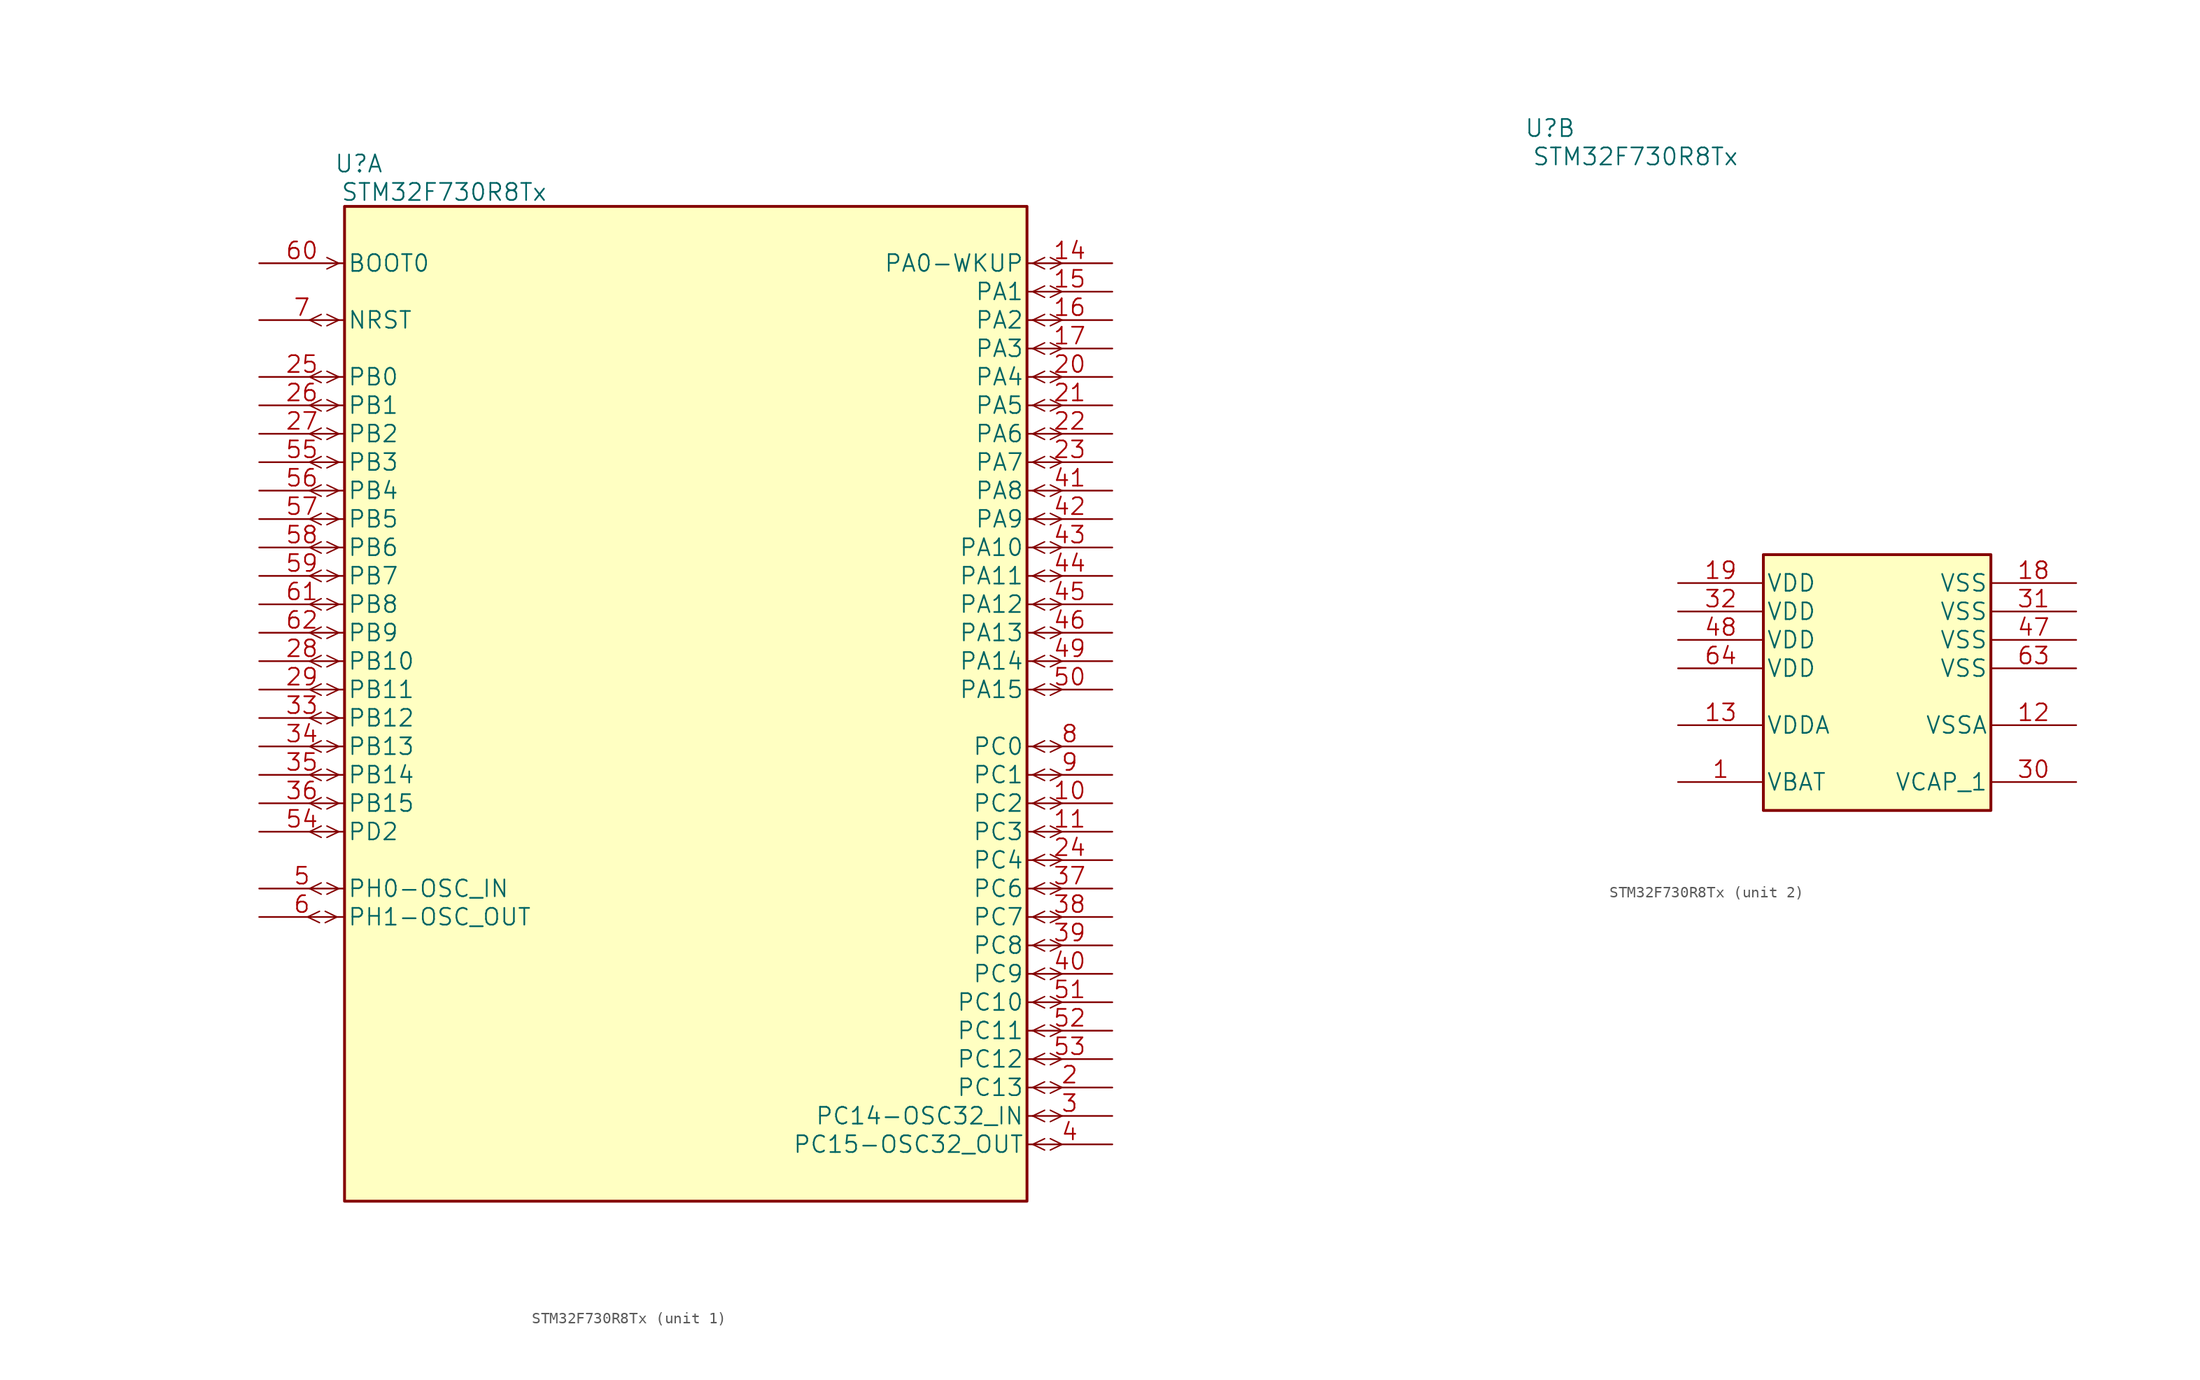
<source format=kicad_sym>
(kicad_symbol_lib
  (version 20211014)
  (generator kicad_symbol_editor)
  (symbol "STM32F730R8Tx"
    (pin_names
      (offset 0.254))
    (property "Reference" "U"
      (at -29.21 48.26 0)
      (effects (font (size 1.524 1.524))))
    (property "Value" "STM32F730R8Tx"
      (at -21.59 45.72 0)
      (effects (font (size 1.524 1.524))))
    (property "Datasheet" ""
      (at -48.26 12.7 0)
      (effects (font (size 1.524 1.524))))
    (property "ki_locked" ""
      (at 0 0 0)
      (effects (font (size 1.27 1.27))))
    (symbol "STM32F730R8Tx_1_1"
      (rectangle (start -30.48 44.45) (end 30.48 -44.45) (stroke (width 0.254) (type default) (color 0 0 0 0)) (fill (type background)))
      (polyline (pts (xy -33.782 -19.05) (xy -32.715 -19.558)) (stroke (width 0.127) (type default) (color 0 0 0 0)) (fill (type none)))
      (polyline (pts (xy -33.782 -19.05) (xy -32.715 -18.542)) (stroke (width 0.127) (type default) (color 0 0 0 0)) (fill (type none)))
      (polyline (pts (xy -32.563 -17.018) (xy -33.604 -16.51)) (stroke (width 0.127) (type default) (color 0 0 0 0)) (fill (type none)))
      (polyline (pts (xy -32.563 -16.002) (xy -33.604 -16.51)) (stroke (width 0.127) (type default) (color 0 0 0 0)) (fill (type none)))
      (polyline (pts (xy -32.563 -11.938) (xy -33.604 -11.43)) (stroke (width 0.127) (type default) (color 0 0 0 0)) (fill (type none)))
      (polyline (pts (xy -32.563 -10.922) (xy -33.604 -11.43)) (stroke (width 0.127) (type default) (color 0 0 0 0)) (fill (type none)))
      (polyline (pts (xy -32.563 -9.398) (xy -33.604 -8.89)) (stroke (width 0.127) (type default) (color 0 0 0 0)) (fill (type none)))
      (polyline (pts (xy -32.563 -8.382) (xy -33.604 -8.89)) (stroke (width 0.127) (type default) (color 0 0 0 0)) (fill (type none)))
      (polyline (pts (xy -32.563 -6.858) (xy -33.604 -6.35)) (stroke (width 0.127) (type default) (color 0 0 0 0)) (fill (type none)))
      (polyline (pts (xy -32.563 -5.842) (xy -33.604 -6.35)) (stroke (width 0.127) (type default) (color 0 0 0 0)) (fill (type none)))
      (polyline (pts (xy -32.563 -4.318) (xy -33.604 -3.81)) (stroke (width 0.127) (type default) (color 0 0 0 0)) (fill (type none)))
      (polyline (pts (xy -32.563 -3.302) (xy -33.604 -3.81)) (stroke (width 0.127) (type default) (color 0 0 0 0)) (fill (type none)))
      (polyline (pts (xy -32.563 -1.778) (xy -33.604 -1.27)) (stroke (width 0.127) (type default) (color 0 0 0 0)) (fill (type none)))
      (polyline (pts (xy -32.563 -0.762) (xy -33.604 -1.27)) (stroke (width 0.127) (type default) (color 0 0 0 0)) (fill (type none)))
      (polyline (pts (xy -32.563 0.762) (xy -33.604 1.27)) (stroke (width 0.127) (type default) (color 0 0 0 0)) (fill (type none)))
      (polyline (pts (xy -32.563 1.778) (xy -33.604 1.27)) (stroke (width 0.127) (type default) (color 0 0 0 0)) (fill (type none)))
      (polyline (pts (xy -32.563 3.302) (xy -33.604 3.81)) (stroke (width 0.127) (type default) (color 0 0 0 0)) (fill (type none)))
      (polyline (pts (xy -32.563 4.318) (xy -33.604 3.81)) (stroke (width 0.127) (type default) (color 0 0 0 0)) (fill (type none)))
      (polyline (pts (xy -32.563 5.842) (xy -33.604 6.35)) (stroke (width 0.127) (type default) (color 0 0 0 0)) (fill (type none)))
      (polyline (pts (xy -32.563 6.858) (xy -33.604 6.35)) (stroke (width 0.127) (type default) (color 0 0 0 0)) (fill (type none)))
      (polyline (pts (xy -32.563 8.382) (xy -33.604 8.89)) (stroke (width 0.127) (type default) (color 0 0 0 0)) (fill (type none)))
      (polyline (pts (xy -32.563 9.398) (xy -33.604 8.89)) (stroke (width 0.127) (type default) (color 0 0 0 0)) (fill (type none)))
      (polyline (pts (xy -32.563 10.922) (xy -33.604 11.43)) (stroke (width 0.127) (type default) (color 0 0 0 0)) (fill (type none)))
      (polyline (pts (xy -32.563 11.938) (xy -33.604 11.43)) (stroke (width 0.127) (type default) (color 0 0 0 0)) (fill (type none)))
      (polyline (pts (xy -32.563 13.462) (xy -33.604 13.97)) (stroke (width 0.127) (type default) (color 0 0 0 0)) (fill (type none)))
      (polyline (pts (xy -32.563 14.478) (xy -33.604 13.97)) (stroke (width 0.127) (type default) (color 0 0 0 0)) (fill (type none)))
      (polyline (pts (xy -32.563 16.002) (xy -33.604 16.51)) (stroke (width 0.127) (type default) (color 0 0 0 0)) (fill (type none)))
      (polyline (pts (xy -32.563 17.018) (xy -33.604 16.51)) (stroke (width 0.127) (type default) (color 0 0 0 0)) (fill (type none)))
      (polyline (pts (xy -32.563 18.542) (xy -33.604 19.05)) (stroke (width 0.127) (type default) (color 0 0 0 0)) (fill (type none)))
      (polyline (pts (xy -32.563 19.558) (xy -33.604 19.05)) (stroke (width 0.127) (type default) (color 0 0 0 0)) (fill (type none)))
      (polyline (pts (xy -32.563 21.082) (xy -33.604 21.59)) (stroke (width 0.127) (type default) (color 0 0 0 0)) (fill (type none)))
      (polyline (pts (xy -32.563 22.098) (xy -33.604 21.59)) (stroke (width 0.127) (type default) (color 0 0 0 0)) (fill (type none)))
      (polyline (pts (xy -32.563 23.622) (xy -33.604 24.13)) (stroke (width 0.127) (type default) (color 0 0 0 0)) (fill (type none)))
      (polyline (pts (xy -32.563 24.638) (xy -33.604 24.13)) (stroke (width 0.127) (type default) (color 0 0 0 0)) (fill (type none)))
      (polyline (pts (xy -32.563 26.162) (xy -33.604 26.67)) (stroke (width 0.127) (type default) (color 0 0 0 0)) (fill (type none)))
      (polyline (pts (xy -32.563 27.178) (xy -33.604 26.67)) (stroke (width 0.127) (type default) (color 0 0 0 0)) (fill (type none)))
      (polyline (pts (xy -32.563 28.702) (xy -33.604 29.21)) (stroke (width 0.127) (type default) (color 0 0 0 0)) (fill (type none)))
      (polyline (pts (xy -32.563 29.718) (xy -33.604 29.21)) (stroke (width 0.127) (type default) (color 0 0 0 0)) (fill (type none)))
      (polyline (pts (xy -32.563 33.782) (xy -33.604 34.29)) (stroke (width 0.127) (type default) (color 0 0 0 0)) (fill (type none)))
      (polyline (pts (xy -32.563 34.798) (xy -33.604 34.29)) (stroke (width 0.127) (type default) (color 0 0 0 0)) (fill (type none)))
      (polyline (pts (xy -32.207 -19.558) (xy -31.166 -19.05)) (stroke (width 0.127) (type default) (color 0 0 0 0)) (fill (type none)))
      (polyline (pts (xy -32.207 -18.542) (xy -31.166 -19.05)) (stroke (width 0.127) (type default) (color 0 0 0 0)) (fill (type none)))
      (polyline (pts (xy -30.988 -16.51) (xy -32.055 -17.018)) (stroke (width 0.127) (type default) (color 0 0 0 0)) (fill (type none)))
      (polyline (pts (xy -30.988 -16.51) (xy -32.055 -16.002)) (stroke (width 0.127) (type default) (color 0 0 0 0)) (fill (type none)))
      (polyline (pts (xy -30.988 -11.43) (xy -32.055 -11.938)) (stroke (width 0.127) (type default) (color 0 0 0 0)) (fill (type none)))
      (polyline (pts (xy -30.988 -11.43) (xy -32.055 -10.922)) (stroke (width 0.127) (type default) (color 0 0 0 0)) (fill (type none)))
      (polyline (pts (xy -30.988 -8.89) (xy -32.055 -9.398)) (stroke (width 0.127) (type default) (color 0 0 0 0)) (fill (type none)))
      (polyline (pts (xy -30.988 -8.89) (xy -32.055 -8.382)) (stroke (width 0.127) (type default) (color 0 0 0 0)) (fill (type none)))
      (polyline (pts (xy -30.988 -6.35) (xy -32.055 -6.858)) (stroke (width 0.127) (type default) (color 0 0 0 0)) (fill (type none)))
      (polyline (pts (xy -30.988 -6.35) (xy -32.055 -5.842)) (stroke (width 0.127) (type default) (color 0 0 0 0)) (fill (type none)))
      (polyline (pts (xy -30.988 -3.81) (xy -32.055 -4.318)) (stroke (width 0.127) (type default) (color 0 0 0 0)) (fill (type none)))
      (polyline (pts (xy -30.988 -3.81) (xy -32.055 -3.302)) (stroke (width 0.127) (type default) (color 0 0 0 0)) (fill (type none)))
      (polyline (pts (xy -30.988 -1.27) (xy -32.055 -1.778)) (stroke (width 0.127) (type default) (color 0 0 0 0)) (fill (type none)))
      (polyline (pts (xy -30.988 -1.27) (xy -32.055 -0.762)) (stroke (width 0.127) (type default) (color 0 0 0 0)) (fill (type none)))
      (polyline (pts (xy -30.988 1.27) (xy -32.055 0.762)) (stroke (width 0.127) (type default) (color 0 0 0 0)) (fill (type none)))
      (polyline (pts (xy -30.988 1.27) (xy -32.055 1.778)) (stroke (width 0.127) (type default) (color 0 0 0 0)) (fill (type none)))
      (polyline (pts (xy -30.988 3.81) (xy -32.055 3.302)) (stroke (width 0.127) (type default) (color 0 0 0 0)) (fill (type none)))
      (polyline (pts (xy -30.988 3.81) (xy -32.055 4.318)) (stroke (width 0.127) (type default) (color 0 0 0 0)) (fill (type none)))
      (polyline (pts (xy -30.988 6.35) (xy -32.055 5.842)) (stroke (width 0.127) (type default) (color 0 0 0 0)) (fill (type none)))
      (polyline (pts (xy -30.988 6.35) (xy -32.055 6.858)) (stroke (width 0.127) (type default) (color 0 0 0 0)) (fill (type none)))
      (polyline (pts (xy -30.988 8.89) (xy -32.055 8.382)) (stroke (width 0.127) (type default) (color 0 0 0 0)) (fill (type none)))
      (polyline (pts (xy -30.988 8.89) (xy -32.055 9.398)) (stroke (width 0.127) (type default) (color 0 0 0 0)) (fill (type none)))
      (polyline (pts (xy -30.988 11.43) (xy -32.055 10.922)) (stroke (width 0.127) (type default) (color 0 0 0 0)) (fill (type none)))
      (polyline (pts (xy -30.988 11.43) (xy -32.055 11.938)) (stroke (width 0.127) (type default) (color 0 0 0 0)) (fill (type none)))
      (polyline (pts (xy -30.988 13.97) (xy -32.055 13.462)) (stroke (width 0.127) (type default) (color 0 0 0 0)) (fill (type none)))
      (polyline (pts (xy -30.988 13.97) (xy -32.055 14.478)) (stroke (width 0.127) (type default) (color 0 0 0 0)) (fill (type none)))
      (polyline (pts (xy -30.988 16.51) (xy -32.055 16.002)) (stroke (width 0.127) (type default) (color 0 0 0 0)) (fill (type none)))
      (polyline (pts (xy -30.988 16.51) (xy -32.055 17.018)) (stroke (width 0.127) (type default) (color 0 0 0 0)) (fill (type none)))
      (polyline (pts (xy -30.988 19.05) (xy -32.055 18.542)) (stroke (width 0.127) (type default) (color 0 0 0 0)) (fill (type none)))
      (polyline (pts (xy -30.988 19.05) (xy -32.055 19.558)) (stroke (width 0.127) (type default) (color 0 0 0 0)) (fill (type none)))
      (polyline (pts (xy -30.988 21.59) (xy -32.055 21.082)) (stroke (width 0.127) (type default) (color 0 0 0 0)) (fill (type none)))
      (polyline (pts (xy -30.988 21.59) (xy -32.055 22.098)) (stroke (width 0.127) (type default) (color 0 0 0 0)) (fill (type none)))
      (polyline (pts (xy -30.988 24.13) (xy -32.055 23.622)) (stroke (width 0.127) (type default) (color 0 0 0 0)) (fill (type none)))
      (polyline (pts (xy -30.988 24.13) (xy -32.055 24.638)) (stroke (width 0.127) (type default) (color 0 0 0 0)) (fill (type none)))
      (polyline (pts (xy -30.988 26.67) (xy -32.055 26.162)) (stroke (width 0.127) (type default) (color 0 0 0 0)) (fill (type none)))
      (polyline (pts (xy -30.988 26.67) (xy -32.055 27.178)) (stroke (width 0.127) (type default) (color 0 0 0 0)) (fill (type none)))
      (polyline (pts (xy -30.988 29.21) (xy -32.055 28.702)) (stroke (width 0.127) (type default) (color 0 0 0 0)) (fill (type none)))
      (polyline (pts (xy -30.988 29.21) (xy -32.055 29.718)) (stroke (width 0.127) (type default) (color 0 0 0 0)) (fill (type none)))
      (polyline (pts (xy -30.988 34.29) (xy -32.055 33.782)) (stroke (width 0.127) (type default) (color 0 0 0 0)) (fill (type none)))
      (polyline (pts (xy -30.988 34.29) (xy -32.055 34.798)) (stroke (width 0.127) (type default) (color 0 0 0 0)) (fill (type none)))
      (polyline (pts (xy -30.988 39.37) (xy -32.055 38.862)) (stroke (width 0.127) (type default) (color 0 0 0 0)) (fill (type none)))
      (polyline (pts (xy -30.988 39.37) (xy -32.055 39.878)) (stroke (width 0.127) (type default) (color 0 0 0 0)) (fill (type none)))
      (polyline (pts (xy 30.988 -39.37) (xy 32.055 -39.878)) (stroke (width 0.127) (type default) (color 0 0 0 0)) (fill (type none)))
      (polyline (pts (xy 30.988 -39.37) (xy 32.055 -38.862)) (stroke (width 0.127) (type default) (color 0 0 0 0)) (fill (type none)))
      (polyline (pts (xy 30.988 -36.83) (xy 32.055 -37.338)) (stroke (width 0.127) (type default) (color 0 0 0 0)) (fill (type none)))
      (polyline (pts (xy 30.988 -36.83) (xy 32.055 -36.322)) (stroke (width 0.127) (type default) (color 0 0 0 0)) (fill (type none)))
      (polyline (pts (xy 30.988 -34.29) (xy 32.055 -34.798)) (stroke (width 0.127) (type default) (color 0 0 0 0)) (fill (type none)))
      (polyline (pts (xy 30.988 -34.29) (xy 32.055 -33.782)) (stroke (width 0.127) (type default) (color 0 0 0 0)) (fill (type none)))
      (polyline (pts (xy 30.988 -31.75) (xy 32.055 -32.258)) (stroke (width 0.127) (type default) (color 0 0 0 0)) (fill (type none)))
      (polyline (pts (xy 30.988 -31.75) (xy 32.055 -31.242)) (stroke (width 0.127) (type default) (color 0 0 0 0)) (fill (type none)))
      (polyline (pts (xy 30.988 -29.21) (xy 32.055 -29.718)) (stroke (width 0.127) (type default) (color 0 0 0 0)) (fill (type none)))
      (polyline (pts (xy 30.988 -29.21) (xy 32.055 -28.702)) (stroke (width 0.127) (type default) (color 0 0 0 0)) (fill (type none)))
      (polyline (pts (xy 30.988 -26.67) (xy 32.055 -27.178)) (stroke (width 0.127) (type default) (color 0 0 0 0)) (fill (type none)))
      (polyline (pts (xy 30.988 -26.67) (xy 32.055 -26.162)) (stroke (width 0.127) (type default) (color 0 0 0 0)) (fill (type none)))
      (polyline (pts (xy 30.988 -24.13) (xy 32.055 -24.638)) (stroke (width 0.127) (type default) (color 0 0 0 0)) (fill (type none)))
      (polyline (pts (xy 30.988 -24.13) (xy 32.055 -23.622)) (stroke (width 0.127) (type default) (color 0 0 0 0)) (fill (type none)))
      (polyline (pts (xy 30.988 -21.59) (xy 32.055 -22.098)) (stroke (width 0.127) (type default) (color 0 0 0 0)) (fill (type none)))
      (polyline (pts (xy 30.988 -21.59) (xy 32.055 -21.082)) (stroke (width 0.127) (type default) (color 0 0 0 0)) (fill (type none)))
      (polyline (pts (xy 30.988 -19.05) (xy 32.055 -19.558)) (stroke (width 0.127) (type default) (color 0 0 0 0)) (fill (type none)))
      (polyline (pts (xy 30.988 -19.05) (xy 32.055 -18.542)) (stroke (width 0.127) (type default) (color 0 0 0 0)) (fill (type none)))
      (polyline (pts (xy 30.988 -16.51) (xy 32.055 -17.018)) (stroke (width 0.127) (type default) (color 0 0 0 0)) (fill (type none)))
      (polyline (pts (xy 30.988 -16.51) (xy 32.055 -16.002)) (stroke (width 0.127) (type default) (color 0 0 0 0)) (fill (type none)))
      (polyline (pts (xy 30.988 -13.97) (xy 32.055 -14.478)) (stroke (width 0.127) (type default) (color 0 0 0 0)) (fill (type none)))
      (polyline (pts (xy 30.988 -13.97) (xy 32.055 -13.462)) (stroke (width 0.127) (type default) (color 0 0 0 0)) (fill (type none)))
      (polyline (pts (xy 30.988 -11.43) (xy 32.055 -11.938)) (stroke (width 0.127) (type default) (color 0 0 0 0)) (fill (type none)))
      (polyline (pts (xy 30.988 -11.43) (xy 32.055 -10.922)) (stroke (width 0.127) (type default) (color 0 0 0 0)) (fill (type none)))
      (polyline (pts (xy 30.988 -8.89) (xy 32.055 -9.398)) (stroke (width 0.127) (type default) (color 0 0 0 0)) (fill (type none)))
      (polyline (pts (xy 30.988 -8.89) (xy 32.055 -8.382)) (stroke (width 0.127) (type default) (color 0 0 0 0)) (fill (type none)))
      (polyline (pts (xy 30.988 -6.35) (xy 32.055 -6.858)) (stroke (width 0.127) (type default) (color 0 0 0 0)) (fill (type none)))
      (polyline (pts (xy 30.988 -6.35) (xy 32.055 -5.842)) (stroke (width 0.127) (type default) (color 0 0 0 0)) (fill (type none)))
      (polyline (pts (xy 30.988 -3.81) (xy 32.055 -4.318)) (stroke (width 0.127) (type default) (color 0 0 0 0)) (fill (type none)))
      (polyline (pts (xy 30.988 -3.81) (xy 32.055 -3.302)) (stroke (width 0.127) (type default) (color 0 0 0 0)) (fill (type none)))
      (polyline (pts (xy 30.988 1.27) (xy 32.055 0.762)) (stroke (width 0.127) (type default) (color 0 0 0 0)) (fill (type none)))
      (polyline (pts (xy 30.988 1.27) (xy 32.055 1.778)) (stroke (width 0.127) (type default) (color 0 0 0 0)) (fill (type none)))
      (polyline (pts (xy 30.988 3.81) (xy 32.055 3.302)) (stroke (width 0.127) (type default) (color 0 0 0 0)) (fill (type none)))
      (polyline (pts (xy 30.988 3.81) (xy 32.055 4.318)) (stroke (width 0.127) (type default) (color 0 0 0 0)) (fill (type none)))
      (polyline (pts (xy 30.988 6.35) (xy 32.055 5.842)) (stroke (width 0.127) (type default) (color 0 0 0 0)) (fill (type none)))
      (polyline (pts (xy 30.988 6.35) (xy 32.055 6.858)) (stroke (width 0.127) (type default) (color 0 0 0 0)) (fill (type none)))
      (polyline (pts (xy 30.988 8.89) (xy 32.055 8.382)) (stroke (width 0.127) (type default) (color 0 0 0 0)) (fill (type none)))
      (polyline (pts (xy 30.988 8.89) (xy 32.055 9.398)) (stroke (width 0.127) (type default) (color 0 0 0 0)) (fill (type none)))
      (polyline (pts (xy 30.988 11.43) (xy 32.055 10.922)) (stroke (width 0.127) (type default) (color 0 0 0 0)) (fill (type none)))
      (polyline (pts (xy 30.988 11.43) (xy 32.055 11.938)) (stroke (width 0.127) (type default) (color 0 0 0 0)) (fill (type none)))
      (polyline (pts (xy 30.988 13.97) (xy 32.055 13.462)) (stroke (width 0.127) (type default) (color 0 0 0 0)) (fill (type none)))
      (polyline (pts (xy 30.988 13.97) (xy 32.055 14.478)) (stroke (width 0.127) (type default) (color 0 0 0 0)) (fill (type none)))
      (polyline (pts (xy 30.988 16.51) (xy 32.055 16.002)) (stroke (width 0.127) (type default) (color 0 0 0 0)) (fill (type none)))
      (polyline (pts (xy 30.988 16.51) (xy 32.055 17.018)) (stroke (width 0.127) (type default) (color 0 0 0 0)) (fill (type none)))
      (polyline (pts (xy 30.988 19.05) (xy 32.055 18.542)) (stroke (width 0.127) (type default) (color 0 0 0 0)) (fill (type none)))
      (polyline (pts (xy 30.988 19.05) (xy 32.055 19.558)) (stroke (width 0.127) (type default) (color 0 0 0 0)) (fill (type none)))
      (polyline (pts (xy 30.988 21.59) (xy 32.055 21.082)) (stroke (width 0.127) (type default) (color 0 0 0 0)) (fill (type none)))
      (polyline (pts (xy 30.988 21.59) (xy 32.055 22.098)) (stroke (width 0.127) (type default) (color 0 0 0 0)) (fill (type none)))
      (polyline (pts (xy 30.988 24.13) (xy 32.055 23.622)) (stroke (width 0.127) (type default) (color 0 0 0 0)) (fill (type none)))
      (polyline (pts (xy 30.988 24.13) (xy 32.055 24.638)) (stroke (width 0.127) (type default) (color 0 0 0 0)) (fill (type none)))
      (polyline (pts (xy 30.988 26.67) (xy 32.055 26.162)) (stroke (width 0.127) (type default) (color 0 0 0 0)) (fill (type none)))
      (polyline (pts (xy 30.988 26.67) (xy 32.055 27.178)) (stroke (width 0.127) (type default) (color 0 0 0 0)) (fill (type none)))
      (polyline (pts (xy 30.988 29.21) (xy 32.055 28.702)) (stroke (width 0.127) (type default) (color 0 0 0 0)) (fill (type none)))
      (polyline (pts (xy 30.988 29.21) (xy 32.055 29.718)) (stroke (width 0.127) (type default) (color 0 0 0 0)) (fill (type none)))
      (polyline (pts (xy 30.988 31.75) (xy 32.055 31.242)) (stroke (width 0.127) (type default) (color 0 0 0 0)) (fill (type none)))
      (polyline (pts (xy 30.988 31.75) (xy 32.055 32.258)) (stroke (width 0.127) (type default) (color 0 0 0 0)) (fill (type none)))
      (polyline (pts (xy 30.988 34.29) (xy 32.055 33.782)) (stroke (width 0.127) (type default) (color 0 0 0 0)) (fill (type none)))
      (polyline (pts (xy 30.988 34.29) (xy 32.055 34.798)) (stroke (width 0.127) (type default) (color 0 0 0 0)) (fill (type none)))
      (polyline (pts (xy 30.988 36.83) (xy 32.055 36.322)) (stroke (width 0.127) (type default) (color 0 0 0 0)) (fill (type none)))
      (polyline (pts (xy 30.988 36.83) (xy 32.055 37.338)) (stroke (width 0.127) (type default) (color 0 0 0 0)) (fill (type none)))
      (polyline (pts (xy 30.988 39.37) (xy 32.055 38.862)) (stroke (width 0.127) (type default) (color 0 0 0 0)) (fill (type none)))
      (polyline (pts (xy 30.988 39.37) (xy 32.055 39.878)) (stroke (width 0.127) (type default) (color 0 0 0 0)) (fill (type none)))
      (polyline (pts (xy 32.563 -39.878) (xy 33.604 -39.37)) (stroke (width 0.127) (type default) (color 0 0 0 0)) (fill (type none)))
      (polyline (pts (xy 32.563 -38.862) (xy 33.604 -39.37)) (stroke (width 0.127) (type default) (color 0 0 0 0)) (fill (type none)))
      (polyline (pts (xy 32.563 -37.338) (xy 33.604 -36.83)) (stroke (width 0.127) (type default) (color 0 0 0 0)) (fill (type none)))
      (polyline (pts (xy 32.563 -36.322) (xy 33.604 -36.83)) (stroke (width 0.127) (type default) (color 0 0 0 0)) (fill (type none)))
      (polyline (pts (xy 32.563 -34.798) (xy 33.604 -34.29)) (stroke (width 0.127) (type default) (color 0 0 0 0)) (fill (type none)))
      (polyline (pts (xy 32.563 -33.782) (xy 33.604 -34.29)) (stroke (width 0.127) (type default) (color 0 0 0 0)) (fill (type none)))
      (polyline (pts (xy 32.563 -32.258) (xy 33.604 -31.75)) (stroke (width 0.127) (type default) (color 0 0 0 0)) (fill (type none)))
      (polyline (pts (xy 32.563 -31.242) (xy 33.604 -31.75)) (stroke (width 0.127) (type default) (color 0 0 0 0)) (fill (type none)))
      (polyline (pts (xy 32.563 -29.718) (xy 33.604 -29.21)) (stroke (width 0.127) (type default) (color 0 0 0 0)) (fill (type none)))
      (polyline (pts (xy 32.563 -28.702) (xy 33.604 -29.21)) (stroke (width 0.127) (type default) (color 0 0 0 0)) (fill (type none)))
      (polyline (pts (xy 32.563 -27.178) (xy 33.604 -26.67)) (stroke (width 0.127) (type default) (color 0 0 0 0)) (fill (type none)))
      (polyline (pts (xy 32.563 -26.162) (xy 33.604 -26.67)) (stroke (width 0.127) (type default) (color 0 0 0 0)) (fill (type none)))
      (polyline (pts (xy 32.563 -24.638) (xy 33.604 -24.13)) (stroke (width 0.127) (type default) (color 0 0 0 0)) (fill (type none)))
      (polyline (pts (xy 32.563 -23.622) (xy 33.604 -24.13)) (stroke (width 0.127) (type default) (color 0 0 0 0)) (fill (type none)))
      (polyline (pts (xy 32.563 -22.098) (xy 33.604 -21.59)) (stroke (width 0.127) (type default) (color 0 0 0 0)) (fill (type none)))
      (polyline (pts (xy 32.563 -21.082) (xy 33.604 -21.59)) (stroke (width 0.127) (type default) (color 0 0 0 0)) (fill (type none)))
      (polyline (pts (xy 32.563 -19.558) (xy 33.604 -19.05)) (stroke (width 0.127) (type default) (color 0 0 0 0)) (fill (type none)))
      (polyline (pts (xy 32.563 -18.542) (xy 33.604 -19.05)) (stroke (width 0.127) (type default) (color 0 0 0 0)) (fill (type none)))
      (polyline (pts (xy 32.563 -17.018) (xy 33.604 -16.51)) (stroke (width 0.127) (type default) (color 0 0 0 0)) (fill (type none)))
      (polyline (pts (xy 32.563 -16.002) (xy 33.604 -16.51)) (stroke (width 0.127) (type default) (color 0 0 0 0)) (fill (type none)))
      (polyline (pts (xy 32.563 -14.478) (xy 33.604 -13.97)) (stroke (width 0.127) (type default) (color 0 0 0 0)) (fill (type none)))
      (polyline (pts (xy 32.563 -13.462) (xy 33.604 -13.97)) (stroke (width 0.127) (type default) (color 0 0 0 0)) (fill (type none)))
      (polyline (pts (xy 32.563 -11.938) (xy 33.604 -11.43)) (stroke (width 0.127) (type default) (color 0 0 0 0)) (fill (type none)))
      (polyline (pts (xy 32.563 -10.922) (xy 33.604 -11.43)) (stroke (width 0.127) (type default) (color 0 0 0 0)) (fill (type none)))
      (polyline (pts (xy 32.563 -9.398) (xy 33.604 -8.89)) (stroke (width 0.127) (type default) (color 0 0 0 0)) (fill (type none)))
      (polyline (pts (xy 32.563 -8.382) (xy 33.604 -8.89)) (stroke (width 0.127) (type default) (color 0 0 0 0)) (fill (type none)))
      (polyline (pts (xy 32.563 -6.858) (xy 33.604 -6.35)) (stroke (width 0.127) (type default) (color 0 0 0 0)) (fill (type none)))
      (polyline (pts (xy 32.563 -5.842) (xy 33.604 -6.35)) (stroke (width 0.127) (type default) (color 0 0 0 0)) (fill (type none)))
      (polyline (pts (xy 32.563 -4.318) (xy 33.604 -3.81)) (stroke (width 0.127) (type default) (color 0 0 0 0)) (fill (type none)))
      (polyline (pts (xy 32.563 -3.302) (xy 33.604 -3.81)) (stroke (width 0.127) (type default) (color 0 0 0 0)) (fill (type none)))
      (polyline (pts (xy 32.563 0.762) (xy 33.604 1.27)) (stroke (width 0.127) (type default) (color 0 0 0 0)) (fill (type none)))
      (polyline (pts (xy 32.563 1.778) (xy 33.604 1.27)) (stroke (width 0.127) (type default) (color 0 0 0 0)) (fill (type none)))
      (polyline (pts (xy 32.563 3.302) (xy 33.604 3.81)) (stroke (width 0.127) (type default) (color 0 0 0 0)) (fill (type none)))
      (polyline (pts (xy 32.563 4.318) (xy 33.604 3.81)) (stroke (width 0.127) (type default) (color 0 0 0 0)) (fill (type none)))
      (polyline (pts (xy 32.563 5.842) (xy 33.604 6.35)) (stroke (width 0.127) (type default) (color 0 0 0 0)) (fill (type none)))
      (polyline (pts (xy 32.563 6.858) (xy 33.604 6.35)) (stroke (width 0.127) (type default) (color 0 0 0 0)) (fill (type none)))
      (polyline (pts (xy 32.563 8.382) (xy 33.604 8.89)) (stroke (width 0.127) (type default) (color 0 0 0 0)) (fill (type none)))
      (polyline (pts (xy 32.563 9.398) (xy 33.604 8.89)) (stroke (width 0.127) (type default) (color 0 0 0 0)) (fill (type none)))
      (polyline (pts (xy 32.563 10.922) (xy 33.604 11.43)) (stroke (width 0.127) (type default) (color 0 0 0 0)) (fill (type none)))
      (polyline (pts (xy 32.563 11.938) (xy 33.604 11.43)) (stroke (width 0.127) (type default) (color 0 0 0 0)) (fill (type none)))
      (polyline (pts (xy 32.563 13.462) (xy 33.604 13.97)) (stroke (width 0.127) (type default) (color 0 0 0 0)) (fill (type none)))
      (polyline (pts (xy 32.563 14.478) (xy 33.604 13.97)) (stroke (width 0.127) (type default) (color 0 0 0 0)) (fill (type none)))
      (polyline (pts (xy 32.563 16.002) (xy 33.604 16.51)) (stroke (width 0.127) (type default) (color 0 0 0 0)) (fill (type none)))
      (polyline (pts (xy 32.563 17.018) (xy 33.604 16.51)) (stroke (width 0.127) (type default) (color 0 0 0 0)) (fill (type none)))
      (polyline (pts (xy 32.563 18.542) (xy 33.604 19.05)) (stroke (width 0.127) (type default) (color 0 0 0 0)) (fill (type none)))
      (polyline (pts (xy 32.563 19.558) (xy 33.604 19.05)) (stroke (width 0.127) (type default) (color 0 0 0 0)) (fill (type none)))
      (polyline (pts (xy 32.563 21.082) (xy 33.604 21.59)) (stroke (width 0.127) (type default) (color 0 0 0 0)) (fill (type none)))
      (polyline (pts (xy 32.563 22.098) (xy 33.604 21.59)) (stroke (width 0.127) (type default) (color 0 0 0 0)) (fill (type none)))
      (polyline (pts (xy 32.563 23.622) (xy 33.604 24.13)) (stroke (width 0.127) (type default) (color 0 0 0 0)) (fill (type none)))
      (polyline (pts (xy 32.563 24.638) (xy 33.604 24.13)) (stroke (width 0.127) (type default) (color 0 0 0 0)) (fill (type none)))
      (polyline (pts (xy 32.563 26.162) (xy 33.604 26.67)) (stroke (width 0.127) (type default) (color 0 0 0 0)) (fill (type none)))
      (polyline (pts (xy 32.563 27.178) (xy 33.604 26.67)) (stroke (width 0.127) (type default) (color 0 0 0 0)) (fill (type none)))
      (polyline (pts (xy 32.563 28.702) (xy 33.604 29.21)) (stroke (width 0.127) (type default) (color 0 0 0 0)) (fill (type none)))
      (polyline (pts (xy 32.563 29.718) (xy 33.604 29.21)) (stroke (width 0.127) (type default) (color 0 0 0 0)) (fill (type none)))
      (polyline (pts (xy 32.563 31.242) (xy 33.604 31.75)) (stroke (width 0.127) (type default) (color 0 0 0 0)) (fill (type none)))
      (polyline (pts (xy 32.563 32.258) (xy 33.604 31.75)) (stroke (width 0.127) (type default) (color 0 0 0 0)) (fill (type none)))
      (polyline (pts (xy 32.563 33.782) (xy 33.604 34.29)) (stroke (width 0.127) (type default) (color 0 0 0 0)) (fill (type none)))
      (polyline (pts (xy 32.563 34.798) (xy 33.604 34.29)) (stroke (width 0.127) (type default) (color 0 0 0 0)) (fill (type none)))
      (polyline (pts (xy 32.563 36.322) (xy 33.604 36.83)) (stroke (width 0.127) (type default) (color 0 0 0 0)) (fill (type none)))
      (polyline (pts (xy 32.563 37.338) (xy 33.604 36.83)) (stroke (width 0.127) (type default) (color 0 0 0 0)) (fill (type none)))
      (polyline (pts (xy 32.563 38.862) (xy 33.604 39.37)) (stroke (width 0.127) (type default) (color 0 0 0 0)) (fill (type none)))
      (polyline (pts (xy 32.563 39.878) (xy 33.604 39.37)) (stroke (width 0.127) (type default) (color 0 0 0 0)) (fill (type none)))
      (pin bidirectional line (at 38.1 -8.89 180) (length 7.62) (name "PC2" (effects (font (size 1.499 1.499)))) (number "10" (effects (font (size 1.499 1.499)))))
      (pin bidirectional line (at 38.1 -11.43 180) (length 7.62) (name "PC3" (effects (font (size 1.499 1.499)))) (number "11" (effects (font (size 1.499 1.499)))))
      (pin bidirectional line (at 38.1 39.37 180) (length 7.62) (name "PA0-WKUP" (effects (font (size 1.499 1.499)))) (number "14" (effects (font (size 1.499 1.499)))))
      (pin bidirectional line (at 38.1 36.83 180) (length 7.62) (name "PA1" (effects (font (size 1.499 1.499)))) (number "15" (effects (font (size 1.499 1.499)))))
      (pin bidirectional line (at 38.1 34.29 180) (length 7.62) (name "PA2" (effects (font (size 1.499 1.499)))) (number "16" (effects (font (size 1.499 1.499)))))
      (pin bidirectional line (at 38.1 31.75 180) (length 7.62) (name "PA3" (effects (font (size 1.499 1.499)))) (number "17" (effects (font (size 1.499 1.499)))))
      (pin bidirectional line (at 38.1 -34.29 180) (length 7.62) (name "PC13" (effects (font (size 1.499 1.499)))) (number "2" (effects (font (size 1.499 1.499)))))
      (pin bidirectional line (at 38.1 29.21 180) (length 7.62) (name "PA4" (effects (font (size 1.499 1.499)))) (number "20" (effects (font (size 1.499 1.499)))))
      (pin bidirectional line (at 38.1 26.67 180) (length 7.62) (name "PA5" (effects (font (size 1.499 1.499)))) (number "21" (effects (font (size 1.499 1.499)))))
      (pin bidirectional line (at 38.1 24.13 180) (length 7.62) (name "PA6" (effects (font (size 1.499 1.499)))) (number "22" (effects (font (size 1.499 1.499)))))
      (pin bidirectional line (at 38.1 21.59 180) (length 7.62) (name "PA7" (effects (font (size 1.499 1.499)))) (number "23" (effects (font (size 1.499 1.499)))))
      (pin bidirectional line (at 38.1 -13.97 180) (length 7.62) (name "PC4" (effects (font (size 1.499 1.499)))) (number "24" (effects (font (size 1.499 1.499)))))
      (pin bidirectional line (at -38.1 29.21 0) (length 7.62) (name "PB0" (effects (font (size 1.499 1.499)))) (number "25" (effects (font (size 1.499 1.499)))))
      (pin bidirectional line (at -38.1 26.67 0) (length 7.62) (name "PB1" (effects (font (size 1.499 1.499)))) (number "26" (effects (font (size 1.499 1.499)))))
      (pin bidirectional line (at -38.1 24.13 0) (length 7.62) (name "PB2" (effects (font (size 1.499 1.499)))) (number "27" (effects (font (size 1.499 1.499)))))
      (pin bidirectional line (at -38.1 3.81 0) (length 7.62) (name "PB10" (effects (font (size 1.499 1.499)))) (number "28" (effects (font (size 1.499 1.499)))))
      (pin bidirectional line (at -38.1 1.27 0) (length 7.62) (name "PB11" (effects (font (size 1.499 1.499)))) (number "29" (effects (font (size 1.499 1.499)))))
      (pin bidirectional line (at 38.1 -36.83 180) (length 7.62) (name "PC14-OSC32_IN" (effects (font (size 1.499 1.499)))) (number "3" (effects (font (size 1.499 1.499)))))
      (pin bidirectional line (at -38.1 -1.27 0) (length 7.62) (name "PB12" (effects (font (size 1.499 1.499)))) (number "33" (effects (font (size 1.499 1.499)))))
      (pin bidirectional line (at -38.1 -3.81 0) (length 7.62) (name "PB13" (effects (font (size 1.499 1.499)))) (number "34" (effects (font (size 1.499 1.499)))))
      (pin bidirectional line (at -38.1 -6.35 0) (length 7.62) (name "PB14" (effects (font (size 1.499 1.499)))) (number "35" (effects (font (size 1.499 1.499)))))
      (pin bidirectional line (at -38.1 -8.89 0) (length 7.62) (name "PB15" (effects (font (size 1.499 1.499)))) (number "36" (effects (font (size 1.499 1.499)))))
      (pin bidirectional line (at 38.1 -16.51 180) (length 7.62) (name "PC6" (effects (font (size 1.499 1.499)))) (number "37" (effects (font (size 1.499 1.499)))))
      (pin bidirectional line (at 38.1 -19.05 180) (length 7.62) (name "PC7" (effects (font (size 1.499 1.499)))) (number "38" (effects (font (size 1.499 1.499)))))
      (pin bidirectional line (at 38.1 -21.59 180) (length 7.62) (name "PC8" (effects (font (size 1.499 1.499)))) (number "39" (effects (font (size 1.499 1.499)))))
      (pin bidirectional line (at 38.1 -39.37 180) (length 7.62) (name "PC15-OSC32_OUT" (effects (font (size 1.499 1.499)))) (number "4" (effects (font (size 1.499 1.499)))))
      (pin bidirectional line (at 38.1 -24.13 180) (length 7.62) (name "PC9" (effects (font (size 1.499 1.499)))) (number "40" (effects (font (size 1.499 1.499)))))
      (pin bidirectional line (at 38.1 19.05 180) (length 7.62) (name "PA8" (effects (font (size 1.499 1.499)))) (number "41" (effects (font (size 1.499 1.499)))))
      (pin bidirectional line (at 38.1 16.51 180) (length 7.62) (name "PA9" (effects (font (size 1.499 1.499)))) (number "42" (effects (font (size 1.499 1.499)))))
      (pin bidirectional line (at 38.1 13.97 180) (length 7.62) (name "PA10" (effects (font (size 1.499 1.499)))) (number "43" (effects (font (size 1.499 1.499)))))
      (pin bidirectional line (at 38.1 11.43 180) (length 7.62) (name "PA11" (effects (font (size 1.499 1.499)))) (number "44" (effects (font (size 1.499 1.499)))))
      (pin bidirectional line (at 38.1 8.89 180) (length 7.62) (name "PA12" (effects (font (size 1.499 1.499)))) (number "45" (effects (font (size 1.499 1.499)))))
      (pin bidirectional line (at 38.1 6.35 180) (length 7.62) (name "PA13" (effects (font (size 1.499 1.499)))) (number "46" (effects (font (size 1.499 1.499)))))
      (pin bidirectional line (at 38.1 3.81 180) (length 7.62) (name "PA14" (effects (font (size 1.499 1.499)))) (number "49" (effects (font (size 1.499 1.499)))))
      (pin bidirectional line (at -38.1 -16.51 0) (length 7.62) (name "PH0-OSC_IN" (effects (font (size 1.499 1.499)))) (number "5" (effects (font (size 1.499 1.499)))))
      (pin bidirectional line (at 38.1 1.27 180) (length 7.62) (name "PA15" (effects (font (size 1.499 1.499)))) (number "50" (effects (font (size 1.499 1.499)))))
      (pin bidirectional line (at 38.1 -26.67 180) (length 7.62) (name "PC10" (effects (font (size 1.499 1.499)))) (number "51" (effects (font (size 1.499 1.499)))))
      (pin bidirectional line (at 38.1 -29.21 180) (length 7.62) (name "PC11" (effects (font (size 1.499 1.499)))) (number "52" (effects (font (size 1.499 1.499)))))
      (pin bidirectional line (at 38.1 -31.75 180) (length 7.62) (name "PC12" (effects (font (size 1.499 1.499)))) (number "53" (effects (font (size 1.499 1.499)))))
      (pin bidirectional line (at -38.1 -11.43 0) (length 7.62) (name "PD2" (effects (font (size 1.499 1.499)))) (number "54" (effects (font (size 1.499 1.499)))))
      (pin bidirectional line (at -38.1 21.59 0) (length 7.62) (name "PB3" (effects (font (size 1.499 1.499)))) (number "55" (effects (font (size 1.499 1.499)))))
      (pin bidirectional line (at -38.1 19.05 0) (length 7.62) (name "PB4" (effects (font (size 1.499 1.499)))) (number "56" (effects (font (size 1.499 1.499)))))
      (pin bidirectional line (at -38.1 16.51 0) (length 7.62) (name "PB5" (effects (font (size 1.499 1.499)))) (number "57" (effects (font (size 1.499 1.499)))))
      (pin bidirectional line (at -38.1 13.97 0) (length 7.62) (name "PB6" (effects (font (size 1.499 1.499)))) (number "58" (effects (font (size 1.499 1.499)))))
      (pin bidirectional line (at -38.1 11.43 0) (length 7.62) (name "PB7" (effects (font (size 1.499 1.499)))) (number "59" (effects (font (size 1.499 1.499)))))
      (pin bidirectional line (at -38.1 -19.05 0) (length 7.62) (name "PH1-OSC_OUT" (effects (font (size 1.499 1.499)))) (number "6" (effects (font (size 1.499 1.499)))))
      (pin input line (at -38.1 39.37 0) (length 7.62) (name "BOOT0" (effects (font (size 1.499 1.499)))) (number "60" (effects (font (size 1.499 1.499)))))
      (pin bidirectional line (at -38.1 8.89 0) (length 7.62) (name "PB8" (effects (font (size 1.499 1.499)))) (number "61" (effects (font (size 1.499 1.499)))))
      (pin bidirectional line (at -38.1 6.35 0) (length 7.62) (name "PB9" (effects (font (size 1.499 1.499)))) (number "62" (effects (font (size 1.499 1.499)))))
      (pin bidirectional line (at -38.1 34.29 0) (length 7.62) (name "NRST" (effects (font (size 1.499 1.499)))) (number "7" (effects (font (size 1.499 1.499)))))
      (pin bidirectional line (at 38.1 -3.81 180) (length 7.62) (name "PC0" (effects (font (size 1.499 1.499)))) (number "8" (effects (font (size 1.499 1.499)))))
      (pin bidirectional line (at 38.1 -6.35 180) (length 7.62) (name "PC1" (effects (font (size 1.499 1.499)))) (number "9" (effects (font (size 1.499 1.499))))))
    (symbol "STM32F730R8Tx_2_1"
      (rectangle (start -10.16 10.16) (end 10.16 -12.7) (stroke (width 0.254) (type default) (color 0 0 0 0)) (fill (type background)))
      (pin power_in line (at -17.78 -10.16 0) (length 7.62) (name "VBAT" (effects (font (size 1.499 1.499)))) (number "1" (effects (font (size 1.499 1.499)))))
      (pin power_in line (at 17.78 -5.08 180) (length 7.62) (name "VSSA" (effects (font (size 1.499 1.499)))) (number "12" (effects (font (size 1.499 1.499)))))
      (pin power_in line (at -17.78 -5.08 0) (length 7.62) (name "VDDA" (effects (font (size 1.499 1.499)))) (number "13" (effects (font (size 1.499 1.499)))))
      (pin power_in line (at 17.78 7.62 180) (length 7.62) (name "VSS" (effects (font (size 1.499 1.499)))) (number "18" (effects (font (size 1.499 1.499)))))
      (pin power_in line (at -17.78 7.62 0) (length 7.62) (name "VDD" (effects (font (size 1.499 1.499)))) (number "19" (effects (font (size 1.499 1.499)))))
      (pin power_in line (at 17.78 -10.16 180) (length 7.62) (name "VCAP_1" (effects (font (size 1.499 1.499)))) (number "30" (effects (font (size 1.499 1.499)))))
      (pin power_in line (at 17.78 5.08 180) (length 7.62) (name "VSS" (effects (font (size 1.499 1.499)))) (number "31" (effects (font (size 1.499 1.499)))))
      (pin power_in line (at -17.78 5.08 0) (length 7.62) (name "VDD" (effects (font (size 1.499 1.499)))) (number "32" (effects (font (size 1.499 1.499)))))
      (pin power_in line (at 17.78 2.54 180) (length 7.62) (name "VSS" (effects (font (size 1.499 1.499)))) (number "47" (effects (font (size 1.499 1.499)))))
      (pin power_in line (at -17.78 2.54 0) (length 7.62) (name "VDD" (effects (font (size 1.499 1.499)))) (number "48" (effects (font (size 1.499 1.499)))))
      (pin power_in line (at 17.78 0 180) (length 7.62) (name "VSS" (effects (font (size 1.499 1.499)))) (number "63" (effects (font (size 1.499 1.499)))))
      (pin power_in line (at -17.78 0 0) (length 7.62) (name "VDD" (effects (font (size 1.499 1.499)))) (number "64" (effects (font (size 1.499 1.499))))))))
</source>
